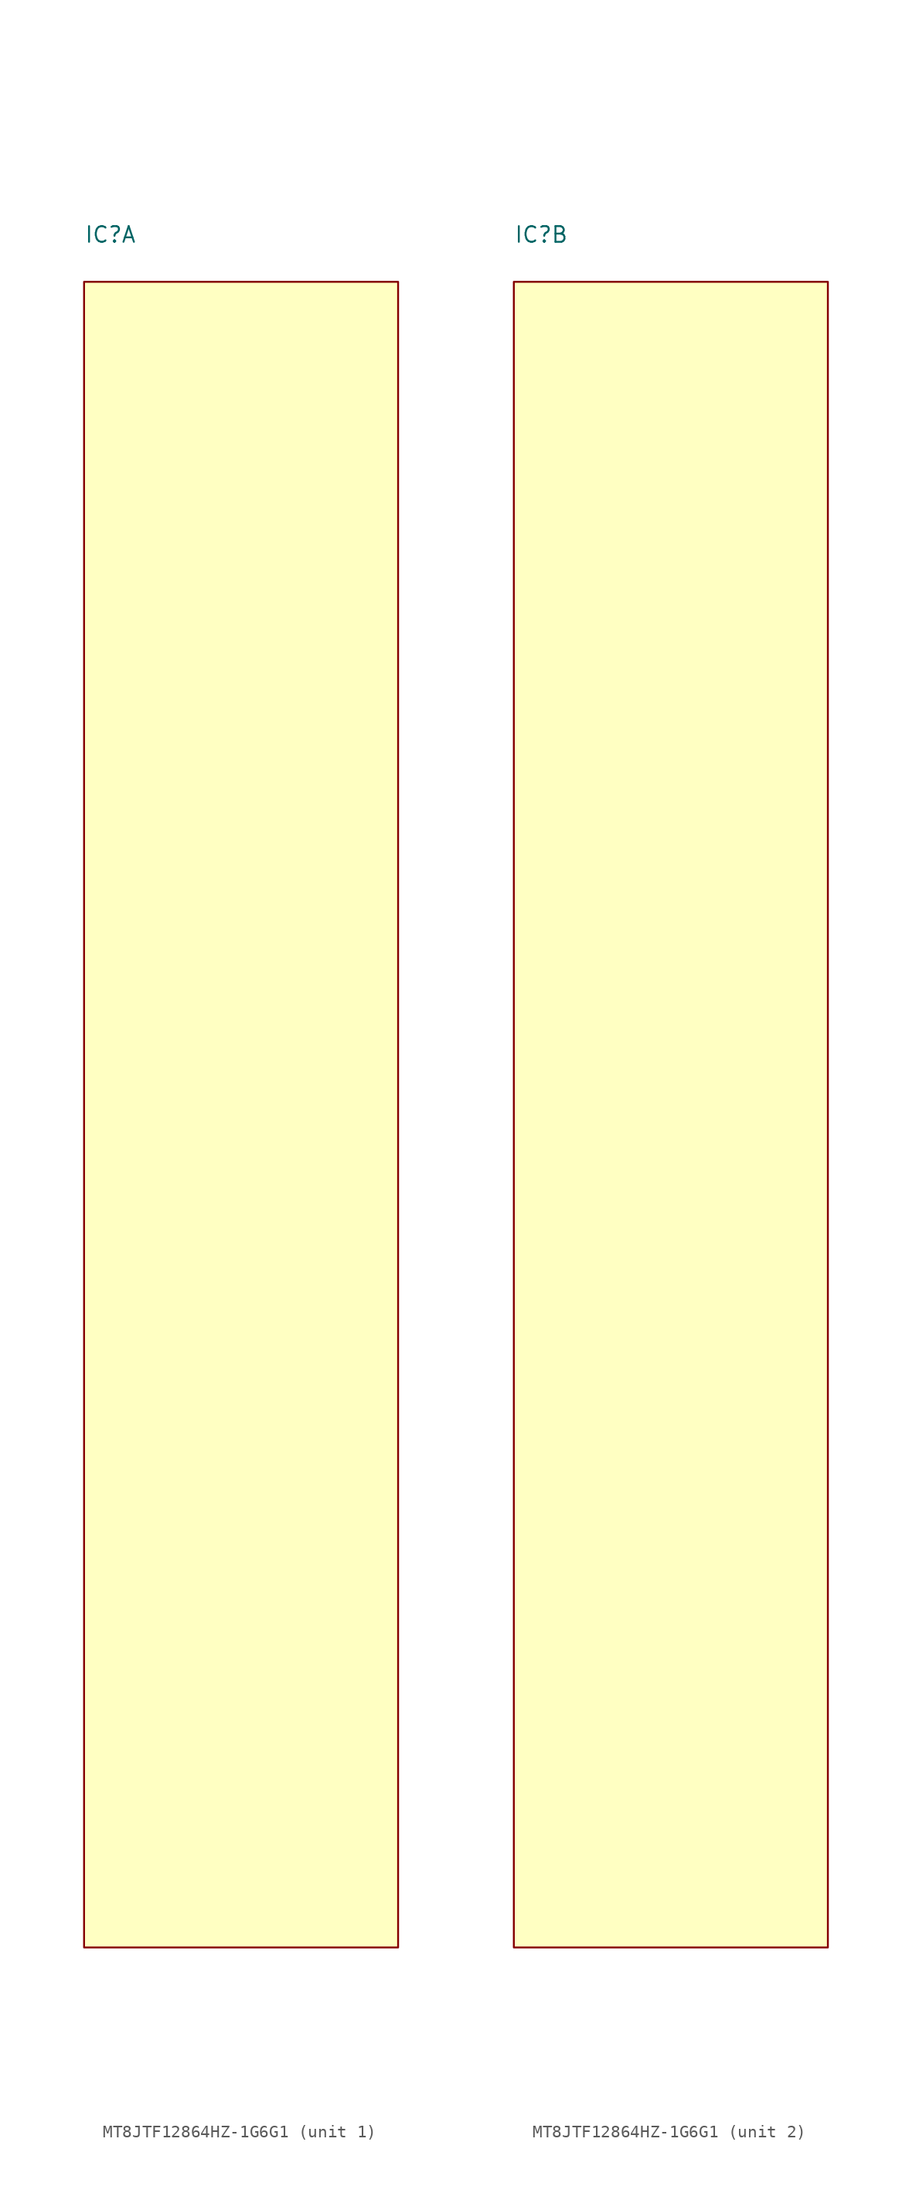
<source format=kicad_sym>
(kicad_symbol_lib
  (version 20211014)
  (generator kicad_symbol_editor)
  (symbol "MT8JTF12864HZ-1G6G1"
    (pin_names
      (offset 1.27))
    (property "Reference" "IC"
      (at 0 3.81 0)
      (effects (font (size 1.27 1.27)) (justify left)))
    (property "ki_locked" ""
      (at 0 0 0)
      (effects (font (size 1.27 1.27))))
    (symbol "MT8JTF12864HZ-1G6G1_1_1"
      (rectangle (start 0 -134.62) (end 25.4 0) (stroke (width 0) (type default) (color 0 0 0 0)) (fill (type background)))
      (text "A0" (at 24.13 -129.54 0) (effects (font (size 1.27 1.27)) (justify right) hide))
      (text "A1" (at 1.27 -129.54 0) (effects (font (size 1.27 1.27)) (justify left) hide))
      (text "A11" (at 24.13 -111.76 0) (effects (font (size 1.27 1.27)) (justify right) hide))
      (text "A12" (at 1.27 -111.76 0) (effects (font (size 1.27 1.27)) (justify left) hide))
      (text "A14" (at 24.13 -106.68 0) (effects (font (size 1.27 1.27)) (justify right) hide))
      (text "A15" (at 24.13 -104.14 0) (effects (font (size 1.27 1.27)) (justify right) hide))
      (text "A2" (at 24.13 -127 0) (effects (font (size 1.27 1.27)) (justify right) hide))
      (text "A3" (at 1.27 -127 0) (effects (font (size 1.27 1.27)) (justify left) hide))
      (text "A4" (at 24.13 -121.92 0) (effects (font (size 1.27 1.27)) (justify right) hide))
      (text "A5" (at 1.27 -121.92 0) (effects (font (size 1.27 1.27)) (justify left) hide))
      (text "A6" (at 24.13 -119.38 0) (effects (font (size 1.27 1.27)) (justify right) hide))
      (text "A7" (at 24.13 -114.3 0) (effects (font (size 1.27 1.27)) (justify right) hide))
      (text "A8" (at 1.27 -119.38 0) (effects (font (size 1.27 1.27)) (justify left) hide))
      (text "A9" (at 1.27 -114.3 0) (effects (font (size 1.27 1.27)) (justify left) hide))
      (text "BA2" (at 1.27 -106.68 0) (effects (font (size 1.27 1.27)) (justify left) hide))
      (text "CKE0" (at 1.27 -99.06 0) (effects (font (size 1.27 1.27)) (justify left) hide))
      (text "DM0" (at 1.27 -15.24 0) (effects (font (size 1.27 1.27)) (justify left) hide))
      (text "DM1" (at 24.13 -35.56 0) (effects (font (size 1.27 1.27)) (justify right) hide))
      (text "DM2" (at 24.13 -58.42 0) (effects (font (size 1.27 1.27)) (justify right) hide))
      (text "DM3" (at 1.27 -81.28 0) (effects (font (size 1.27 1.27)) (justify left) hide))
      (text "DQ0" (at 1.27 -7.62 0) (effects (font (size 1.27 1.27)) (justify left) hide))
      (text "DQ1" (at 1.27 -10.16 0) (effects (font (size 1.27 1.27)) (justify left) hide))
      (text "DQ10" (at 1.27 -43.18 0) (effects (font (size 1.27 1.27)) (justify left) hide))
      (text "DQ11" (at 1.27 -45.72 0) (effects (font (size 1.27 1.27)) (justify left) hide))
      (text "DQ12" (at 24.13 -27.94 0) (effects (font (size 1.27 1.27)) (justify right) hide))
      (text "DQ13" (at 24.13 -30.48 0) (effects (font (size 1.27 1.27)) (justify right) hide))
      (text "DQ14" (at 24.13 -43.18 0) (effects (font (size 1.27 1.27)) (justify right) hide))
      (text "DQ15" (at 24.13 -45.72 0) (effects (font (size 1.27 1.27)) (justify right) hide))
      (text "DQ16" (at 1.27 -50.8 0) (effects (font (size 1.27 1.27)) (justify left) hide))
      (text "DQ17" (at 1.27 -53.34 0) (effects (font (size 1.27 1.27)) (justify left) hide))
      (text "DQ18" (at 1.27 -66.04 0) (effects (font (size 1.27 1.27)) (justify left) hide))
      (text "DQ19" (at 1.27 -68.58 0) (effects (font (size 1.27 1.27)) (justify left) hide))
      (text "DQ2" (at 1.27 -20.32 0) (effects (font (size 1.27 1.27)) (justify left) hide))
      (text "DQ20" (at 24.13 -50.8 0) (effects (font (size 1.27 1.27)) (justify right) hide))
      (text "DQ21" (at 24.13 -53.34 0) (effects (font (size 1.27 1.27)) (justify right) hide))
      (text "DQ22" (at 24.13 -63.5 0) (effects (font (size 1.27 1.27)) (justify right) hide))
      (text "DQ23" (at 24.13 -66.04 0) (effects (font (size 1.27 1.27)) (justify right) hide))
      (text "DQ24" (at 1.27 -73.66 0) (effects (font (size 1.27 1.27)) (justify left) hide))
      (text "DQ25" (at 1.27 -76.2 0) (effects (font (size 1.27 1.27)) (justify left) hide))
      (text "DQ26" (at 1.27 -86.36 0) (effects (font (size 1.27 1.27)) (justify left) hide))
      (text "DQ27" (at 1.27 -88.9 0) (effects (font (size 1.27 1.27)) (justify left) hide))
      (text "DQ28" (at 24.13 -71.12 0) (effects (font (size 1.27 1.27)) (justify right) hide))
      (text "DQ29" (at 24.13 -73.66 0) (effects (font (size 1.27 1.27)) (justify right) hide))
      (text "DQ3" (at 1.27 -22.86 0) (effects (font (size 1.27 1.27)) (justify left) hide))
      (text "DQ3" (at 24.13 -81.28 0) (effects (font (size 1.27 1.27)) (justify right) hide))
      (text "DQ3#" (at 24.13 -78.74 0) (effects (font (size 1.27 1.27)) (justify right) hide))
      (text "DQ30" (at 24.13 -86.36 0) (effects (font (size 1.27 1.27)) (justify right) hide))
      (text "DQ31" (at 24.13 -88.9 0) (effects (font (size 1.27 1.27)) (justify right) hide))
      (text "DQ4" (at 24.13 -5.08 0) (effects (font (size 1.27 1.27)) (justify right) hide))
      (text "DQ5" (at 24.13 -7.62 0) (effects (font (size 1.27 1.27)) (justify right) hide))
      (text "DQ6" (at 24.13 -20.32 0) (effects (font (size 1.27 1.27)) (justify right) hide))
      (text "DQ7" (at 24.13 -22.86 0) (effects (font (size 1.27 1.27)) (justify right) hide))
      (text "DQ8" (at 1.27 -27.94 0) (effects (font (size 1.27 1.27)) (justify left) hide))
      (text "DQ9" (at 1.27 -30.48 0) (effects (font (size 1.27 1.27)) (justify left) hide))
      (text "DQS0" (at 24.13 -15.24 0) (effects (font (size 1.27 1.27)) (justify right) hide))
      (text "DQS0#" (at 24.13 -12.7 0) (effects (font (size 1.27 1.27)) (justify right) hide))
      (text "DQS1" (at 1.27 -38.1 0) (effects (font (size 1.27 1.27)) (justify left) hide))
      (text "DQS1#" (at 1.27 -35.56 0) (effects (font (size 1.27 1.27)) (justify left) hide))
      (text "DQS2" (at 1.27 -60.96 0) (effects (font (size 1.27 1.27)) (justify left) hide))
      (text "DQS2#" (at 1.27 -58.42 0) (effects (font (size 1.27 1.27)) (justify left) hide))
      (text "NC" (at 1.27 -104.14 0) (effects (font (size 1.27 1.27)) (justify left) hide))
      (text "NC" (at 24.13 -99.06 0) (effects (font (size 1.27 1.27)) (justify right) hide))
      (text "RESET#" (at 24.13 -38.1 0) (effects (font (size 1.27 1.27)) (justify right) hide))
      (text "VDD" (at 1.27 -132.08 0) (effects (font (size 1.27 1.27)) (justify left) hide))
      (text "VDD" (at 1.27 -124.46 0) (effects (font (size 1.27 1.27)) (justify left) hide))
      (text "VDD" (at 1.27 -116.84 0) (effects (font (size 1.27 1.27)) (justify left) hide))
      (text "VDD" (at 1.27 -109.22 0) (effects (font (size 1.27 1.27)) (justify left) hide))
      (text "VDD" (at 1.27 -101.6 0) (effects (font (size 1.27 1.27)) (justify left) hide))
      (text "VDD" (at 24.13 -132.08 0) (effects (font (size 1.27 1.27)) (justify right) hide))
      (text "VDD" (at 24.13 -124.46 0) (effects (font (size 1.27 1.27)) (justify right) hide))
      (text "VDD" (at 24.13 -116.84 0) (effects (font (size 1.27 1.27)) (justify right) hide))
      (text "VDD" (at 24.13 -109.22 0) (effects (font (size 1.27 1.27)) (justify right) hide))
      (text "VDD" (at 24.13 -101.6 0) (effects (font (size 1.27 1.27)) (justify right) hide))
      (text "VREFDQ" (at 1.27 -2.54 0) (effects (font (size 1.27 1.27)) (justify left) hide))
      (text "VSS" (at 1.27 -91.44 0) (effects (font (size 1.27 1.27)) (justify left) hide))
      (text "VSS" (at 1.27 -83.82 0) (effects (font (size 1.27 1.27)) (justify left) hide))
      (text "VSS" (at 1.27 -78.74 0) (effects (font (size 1.27 1.27)) (justify left) hide))
      (text "VSS" (at 1.27 -71.12 0) (effects (font (size 1.27 1.27)) (justify left) hide))
      (text "VSS" (at 1.27 -63.5 0) (effects (font (size 1.27 1.27)) (justify left) hide))
      (text "VSS" (at 1.27 -55.88 0) (effects (font (size 1.27 1.27)) (justify left) hide))
      (text "VSS" (at 1.27 -48.26 0) (effects (font (size 1.27 1.27)) (justify left) hide))
      (text "VSS" (at 1.27 -40.64 0) (effects (font (size 1.27 1.27)) (justify left) hide))
      (text "VSS" (at 1.27 -33.02 0) (effects (font (size 1.27 1.27)) (justify left) hide))
      (text "VSS" (at 1.27 -25.4 0) (effects (font (size 1.27 1.27)) (justify left) hide))
      (text "VSS" (at 1.27 -17.78 0) (effects (font (size 1.27 1.27)) (justify left) hide))
      (text "VSS" (at 1.27 -12.7 0) (effects (font (size 1.27 1.27)) (justify left) hide))
      (text "VSS" (at 1.27 -5.08 0) (effects (font (size 1.27 1.27)) (justify left) hide))
      (text "VSS" (at 24.13 -91.44 0) (effects (font (size 1.27 1.27)) (justify right) hide))
      (text "VSS" (at 24.13 -83.82 0) (effects (font (size 1.27 1.27)) (justify right) hide))
      (text "VSS" (at 24.13 -76.2 0) (effects (font (size 1.27 1.27)) (justify right) hide))
      (text "VSS" (at 24.13 -68.58 0) (effects (font (size 1.27 1.27)) (justify right) hide))
      (text "VSS" (at 24.13 -60.96 0) (effects (font (size 1.27 1.27)) (justify right) hide))
      (text "VSS" (at 24.13 -55.88 0) (effects (font (size 1.27 1.27)) (justify right) hide))
      (text "VSS" (at 24.13 -48.26 0) (effects (font (size 1.27 1.27)) (justify right) hide))
      (text "VSS" (at 24.13 -40.64 0) (effects (font (size 1.27 1.27)) (justify right) hide))
      (text "VSS" (at 24.13 -33.02 0) (effects (font (size 1.27 1.27)) (justify right) hide))
      (text "VSS" (at 24.13 -25.4 0) (effects (font (size 1.27 1.27)) (justify right) hide))
      (text "VSS" (at 24.13 -17.78 0) (effects (font (size 1.27 1.27)) (justify right) hide))
      (text "VSS" (at 24.13 -10.16 0) (effects (font (size 1.27 1.27)) (justify right) hide))
      (text "VSS" (at 24.13 -2.54 0) (effects (font (size 1.27 1.27)) (justify right) hide)))
    (symbol "MT8JTF12864HZ-1G6G1_2_1"
      (rectangle (start 0 -134.62) (end 25.4 0) (stroke (width 0) (type default) (color 0 0 0 0)) (fill (type background)))
      (text "A10" (at 1.27 -10.16 0) (effects (font (size 1.27 1.27)) (justify left) hide))
      (text "A13" (at 1.27 -25.4 0) (effects (font (size 1.27 1.27)) (justify left) hide))
      (text "BA0" (at 1.27 -12.7 0) (effects (font (size 1.27 1.27)) (justify left) hide))
      (text "BA1" (at 24.13 -10.16 0) (effects (font (size 1.27 1.27)) (justify right) hide))
      (text "CAS#" (at 1.27 -20.32 0) (effects (font (size 1.27 1.27)) (justify left) hide))
      (text "CK0" (at 1.27 -2.54 0) (effects (font (size 1.27 1.27)) (justify left) hide))
      (text "CK0#" (at 1.27 -5.08 0) (effects (font (size 1.27 1.27)) (justify left) hide))
      (text "CK1" (at 24.13 -2.54 0) (effects (font (size 1.27 1.27)) (justify right) hide))
      (text "CK1#" (at 24.13 -5.08 0) (effects (font (size 1.27 1.27)) (justify right) hide))
      (text "DM4" (at 24.13 -45.72 0) (effects (font (size 1.27 1.27)) (justify right) hide))
      (text "DM5" (at 1.27 -68.58 0) (effects (font (size 1.27 1.27)) (justify left) hide))
      (text "DM6" (at 24.13 -88.9 0) (effects (font (size 1.27 1.27)) (justify right) hide))
      (text "DM7" (at 1.27 -111.76 0) (effects (font (size 1.27 1.27)) (justify left) hide))
      (text "DQ32" (at 1.27 -38.1 0) (effects (font (size 1.27 1.27)) (justify left) hide))
      (text "DQ33" (at 1.27 -40.64 0) (effects (font (size 1.27 1.27)) (justify left) hide))
      (text "DQ34" (at 1.27 -53.34 0) (effects (font (size 1.27 1.27)) (justify left) hide))
      (text "DQ35" (at 1.27 -55.88 0) (effects (font (size 1.27 1.27)) (justify left) hide))
      (text "DQ36" (at 24.13 -38.1 0) (effects (font (size 1.27 1.27)) (justify right) hide))
      (text "DQ37" (at 24.13 -40.64 0) (effects (font (size 1.27 1.27)) (justify right) hide))
      (text "DQ38" (at 24.13 -50.8 0) (effects (font (size 1.27 1.27)) (justify right) hide))
      (text "DQ39" (at 24.13 -53.34 0) (effects (font (size 1.27 1.27)) (justify right) hide))
      (text "DQ40" (at 1.27 -60.96 0) (effects (font (size 1.27 1.27)) (justify left) hide))
      (text "DQ41" (at 1.27 -63.5 0) (effects (font (size 1.27 1.27)) (justify left) hide))
      (text "DQ42" (at 1.27 -73.66 0) (effects (font (size 1.27 1.27)) (justify left) hide))
      (text "DQ43" (at 1.27 -76.2 0) (effects (font (size 1.27 1.27)) (justify left) hide))
      (text "DQ44" (at 24.13 -58.42 0) (effects (font (size 1.27 1.27)) (justify right) hide))
      (text "DQ45" (at 24.13 -60.96 0) (effects (font (size 1.27 1.27)) (justify right) hide))
      (text "DQ46" (at 24.13 -73.66 0) (effects (font (size 1.27 1.27)) (justify right) hide))
      (text "DQ47" (at 24.13 -76.2 0) (effects (font (size 1.27 1.27)) (justify right) hide))
      (text "DQ48" (at 1.27 -81.28 0) (effects (font (size 1.27 1.27)) (justify left) hide))
      (text "DQ49" (at 1.27 -83.82 0) (effects (font (size 1.27 1.27)) (justify left) hide))
      (text "DQ50" (at 1.27 -96.52 0) (effects (font (size 1.27 1.27)) (justify left) hide))
      (text "DQ51" (at 1.27 -99.06 0) (effects (font (size 1.27 1.27)) (justify left) hide))
      (text "DQ52" (at 24.13 -81.28 0) (effects (font (size 1.27 1.27)) (justify right) hide))
      (text "DQ53" (at 24.13 -83.82 0) (effects (font (size 1.27 1.27)) (justify right) hide))
      (text "DQ54" (at 24.13 -93.98 0) (effects (font (size 1.27 1.27)) (justify right) hide))
      (text "DQ55" (at 24.13 -96.52 0) (effects (font (size 1.27 1.27)) (justify right) hide))
      (text "DQ56" (at 1.27 -104.14 0) (effects (font (size 1.27 1.27)) (justify left) hide))
      (text "DQ57" (at 1.27 -106.68 0) (effects (font (size 1.27 1.27)) (justify left) hide))
      (text "DQ58" (at 1.27 -116.84 0) (effects (font (size 1.27 1.27)) (justify left) hide))
      (text "DQ59" (at 1.27 -119.38 0) (effects (font (size 1.27 1.27)) (justify left) hide))
      (text "DQ60" (at 24.13 -101.6 0) (effects (font (size 1.27 1.27)) (justify right) hide))
      (text "DQ61" (at 24.13 -104.14 0) (effects (font (size 1.27 1.27)) (justify right) hide))
      (text "DQ62" (at 24.13 -116.84 0) (effects (font (size 1.27 1.27)) (justify right) hide))
      (text "DQ63" (at 24.13 -119.38 0) (effects (font (size 1.27 1.27)) (justify right) hide))
      (text "DQS4" (at 1.27 -48.26 0) (effects (font (size 1.27 1.27)) (justify left) hide))
      (text "DQS4#" (at 1.27 -45.72 0) (effects (font (size 1.27 1.27)) (justify left) hide))
      (text "DQS5" (at 24.13 -68.58 0) (effects (font (size 1.27 1.27)) (justify right) hide))
      (text "DQS5#" (at 24.13 -66.04 0) (effects (font (size 1.27 1.27)) (justify right) hide))
      (text "DQS6" (at 1.27 -91.44 0) (effects (font (size 1.27 1.27)) (justify left) hide))
      (text "DQS6#" (at 1.27 -88.9 0) (effects (font (size 1.27 1.27)) (justify left) hide))
      (text "DQS7" (at 24.13 -111.76 0) (effects (font (size 1.27 1.27)) (justify right) hide))
      (text "DQS7#" (at 24.13 -109.22 0) (effects (font (size 1.27 1.27)) (justify right) hide))
      (text "NC" (at 1.27 -33.02 0) (effects (font (size 1.27 1.27)) (justify left) hide))
      (text "NC" (at 1.27 -27.94 0) (effects (font (size 1.27 1.27)) (justify left) hide))
      (text "NC" (at 24.13 -27.94 0) (effects (font (size 1.27 1.27)) (justify right) hide))
      (text "NC" (at 24.13 -25.4 0) (effects (font (size 1.27 1.27)) (justify right) hide))
      (text "NF" (at 24.13 -124.46 0) (effects (font (size 1.27 1.27)) (justify right) hide))
      (text "ODT0" (at 24.13 -20.32 0) (effects (font (size 1.27 1.27)) (justify right) hide))
      (text "RAS#" (at 24.13 -12.7 0) (effects (font (size 1.27 1.27)) (justify right) hide))
      (text "S0#" (at 24.13 -17.78 0) (effects (font (size 1.27 1.27)) (justify right) hide))
      (text "SA0" (at 1.27 -124.46 0) (effects (font (size 1.27 1.27)) (justify left) hide))
      (text "SA1" (at 1.27 -129.54 0) (effects (font (size 1.27 1.27)) (justify left) hide))
      (text "SCL" (at 24.13 -129.54 0) (effects (font (size 1.27 1.27)) (justify right) hide))
      (text "SDA" (at 24.13 -127 0) (effects (font (size 1.27 1.27)) (justify right) hide))
      (text "VDD" (at 1.27 -30.48 0) (effects (font (size 1.27 1.27)) (justify left) hide))
      (text "VDD" (at 1.27 -22.86 0) (effects (font (size 1.27 1.27)) (justify left) hide))
      (text "VDD" (at 1.27 -15.24 0) (effects (font (size 1.27 1.27)) (justify left) hide))
      (text "VDD" (at 1.27 -7.62 0) (effects (font (size 1.27 1.27)) (justify left) hide))
      (text "VDD" (at 24.13 -30.48 0) (effects (font (size 1.27 1.27)) (justify right) hide))
      (text "VDD" (at 24.13 -22.86 0) (effects (font (size 1.27 1.27)) (justify right) hide))
      (text "VDD" (at 24.13 -15.24 0) (effects (font (size 1.27 1.27)) (justify right) hide))
      (text "VDD" (at 24.13 -7.62 0) (effects (font (size 1.27 1.27)) (justify right) hide))
      (text "VDDSPD" (at 1.27 -127 0) (effects (font (size 1.27 1.27)) (justify left) hide))
      (text "VREFCA" (at 24.13 -33.02 0) (effects (font (size 1.27 1.27)) (justify right) hide))
      (text "VSS" (at 1.27 -121.92 0) (effects (font (size 1.27 1.27)) (justify left) hide))
      (text "VSS" (at 1.27 -114.3 0) (effects (font (size 1.27 1.27)) (justify left) hide))
      (text "VSS" (at 1.27 -109.22 0) (effects (font (size 1.27 1.27)) (justify left) hide))
      (text "VSS" (at 1.27 -101.6 0) (effects (font (size 1.27 1.27)) (justify left) hide))
      (text "VSS" (at 1.27 -93.98 0) (effects (font (size 1.27 1.27)) (justify left) hide))
      (text "VSS" (at 1.27 -86.36 0) (effects (font (size 1.27 1.27)) (justify left) hide))
      (text "VSS" (at 1.27 -78.74 0) (effects (font (size 1.27 1.27)) (justify left) hide))
      (text "VSS" (at 1.27 -71.12 0) (effects (font (size 1.27 1.27)) (justify left) hide))
      (text "VSS" (at 1.27 -66.04 0) (effects (font (size 1.27 1.27)) (justify left) hide))
      (text "VSS" (at 1.27 -58.42 0) (effects (font (size 1.27 1.27)) (justify left) hide))
      (text "VSS" (at 1.27 -50.8 0) (effects (font (size 1.27 1.27)) (justify left) hide))
      (text "VSS" (at 1.27 -43.18 0) (effects (font (size 1.27 1.27)) (justify left) hide))
      (text "VSS" (at 1.27 -35.56 0) (effects (font (size 1.27 1.27)) (justify left) hide))
      (text "VSS" (at 24.13 -121.92 0) (effects (font (size 1.27 1.27)) (justify right) hide))
      (text "VSS" (at 24.13 -114.3 0) (effects (font (size 1.27 1.27)) (justify right) hide))
      (text "VSS" (at 24.13 -106.68 0) (effects (font (size 1.27 1.27)) (justify right) hide))
      (text "VSS" (at 24.13 -99.06 0) (effects (font (size 1.27 1.27)) (justify right) hide))
      (text "VSS" (at 24.13 -91.44 0) (effects (font (size 1.27 1.27)) (justify right) hide))
      (text "VSS" (at 24.13 -86.36 0) (effects (font (size 1.27 1.27)) (justify right) hide))
      (text "VSS" (at 24.13 -78.74 0) (effects (font (size 1.27 1.27)) (justify right) hide))
      (text "VSS" (at 24.13 -71.12 0) (effects (font (size 1.27 1.27)) (justify right) hide))
      (text "VSS" (at 24.13 -63.5 0) (effects (font (size 1.27 1.27)) (justify right) hide))
      (text "VSS" (at 24.13 -55.88 0) (effects (font (size 1.27 1.27)) (justify right) hide))
      (text "VSS" (at 24.13 -48.26 0) (effects (font (size 1.27 1.27)) (justify right) hide))
      (text "VSS" (at 24.13 -43.18 0) (effects (font (size 1.27 1.27)) (justify right) hide))
      (text "VSS" (at 24.13 -35.56 0) (effects (font (size 1.27 1.27)) (justify right) hide))
      (text "VTT" (at 1.27 -132.08 0) (effects (font (size 1.27 1.27)) (justify left) hide))
      (text "VTT" (at 24.13 -132.08 0) (effects (font (size 1.27 1.27)) (justify right) hide))
      (text "WE#" (at 1.27 -17.78 0) (effects (font (size 1.27 1.27)) (justify left) hide)))))
</source>
